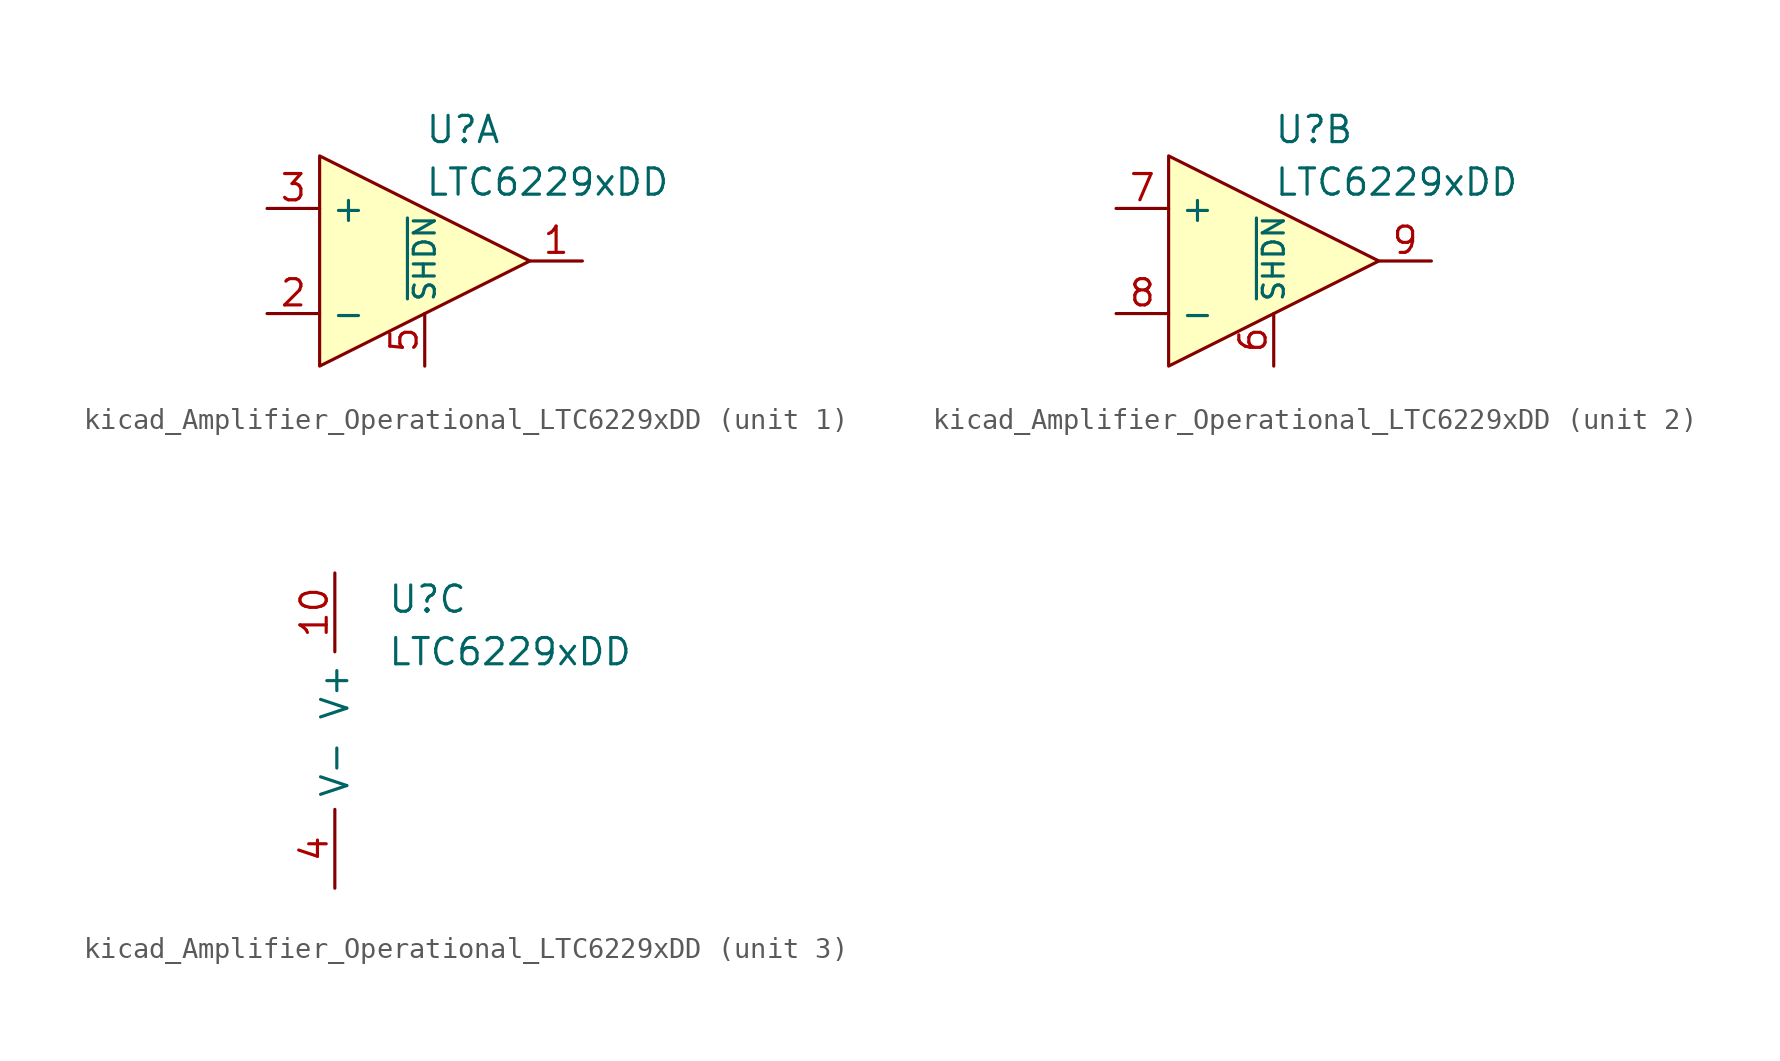
<source format=kicad_sym>
(kicad_symbol_lib
  (version 20220914)
  (generator kicad_symbol_editor)
  (symbol "kicad_Amplifier_Operational_LTC6229xDD"
    (property "Reference" "U"
      (at 0 6.35 0)
      (effects (font (size 1.27 1.27)) (justify left)))
    (property "Value" "LTC6229xDD"
      (at 0 3.81 0)
      (effects (font (size 1.27 1.27)) (justify left)))
    (symbol "kicad_Amplifier_Operational_LTC6229xDD_1_1"
      (polyline (pts (xy -5.08 5.08) (xy 5.08 0) (xy -5.08 -5.08) (xy -5.08 5.08)) (stroke (width 0) (type default)) (fill (type background)))
      (pin output line (at 7.62 0 180) (length 2.54) (name "~" (effects (font (size 1.27 1.27)))) (number "1" (effects (font (size 1.27 1.27)))))
      (pin input line (at -7.62 -2.54 0) (length 2.54) (name "-" (effects (font (size 1.27 1.27)))) (number "2" (effects (font (size 1.27 1.27)))))
      (pin input line (at -7.62 2.54 0) (length 2.54) (name "+" (effects (font (size 1.27 1.27)))) (number "3" (effects (font (size 1.27 1.27)))))
      (pin input line (at 0 -5.08 90) (length 2.54) (name "~{SHDN}" (effects (font (size 1.016 1.016)))) (number "5" (effects (font (size 1.27 1.27))))))
    (symbol "kicad_Amplifier_Operational_LTC6229xDD_2_1"
      (polyline (pts (xy -5.08 5.08) (xy 5.08 0) (xy -5.08 -5.08) (xy -5.08 5.08)) (stroke (width 0) (type default)) (fill (type background)))
      (pin input line (at 0 -5.08 90) (length 2.54) (name "~{SHDN}" (effects (font (size 1.016 1.016)))) (number "6" (effects (font (size 1.27 1.27)))))
      (pin input line (at -7.62 2.54 0) (length 2.54) (name "+" (effects (font (size 1.27 1.27)))) (number "7" (effects (font (size 1.27 1.27)))))
      (pin input line (at -7.62 -2.54 0) (length 2.54) (name "-" (effects (font (size 1.27 1.27)))) (number "8" (effects (font (size 1.27 1.27)))))
      (pin output line (at 7.62 0 180) (length 2.54) (name "~" (effects (font (size 1.27 1.27)))) (number "9" (effects (font (size 1.27 1.27))))))
    (symbol "kicad_Amplifier_Operational_LTC6229xDD_3_1"
      (pin power_in line (at -2.54 7.62 270) (length 3.81) (name "V+" (effects (font (size 1.27 1.27)))) (number "10" (effects (font (size 1.27 1.27)))))
      (pin passive line (at -2.54 -7.62 90) (length 3.81) hide (name "V-" (effects (font (size 1.27 1.27)))) (number "11" (effects (font (size 1.27 1.27)))))
      (pin power_in line (at -2.54 -7.62 90) (length 3.81) (name "V-" (effects (font (size 1.27 1.27)))) (number "4" (effects (font (size 1.27 1.27))))))))
</source>
